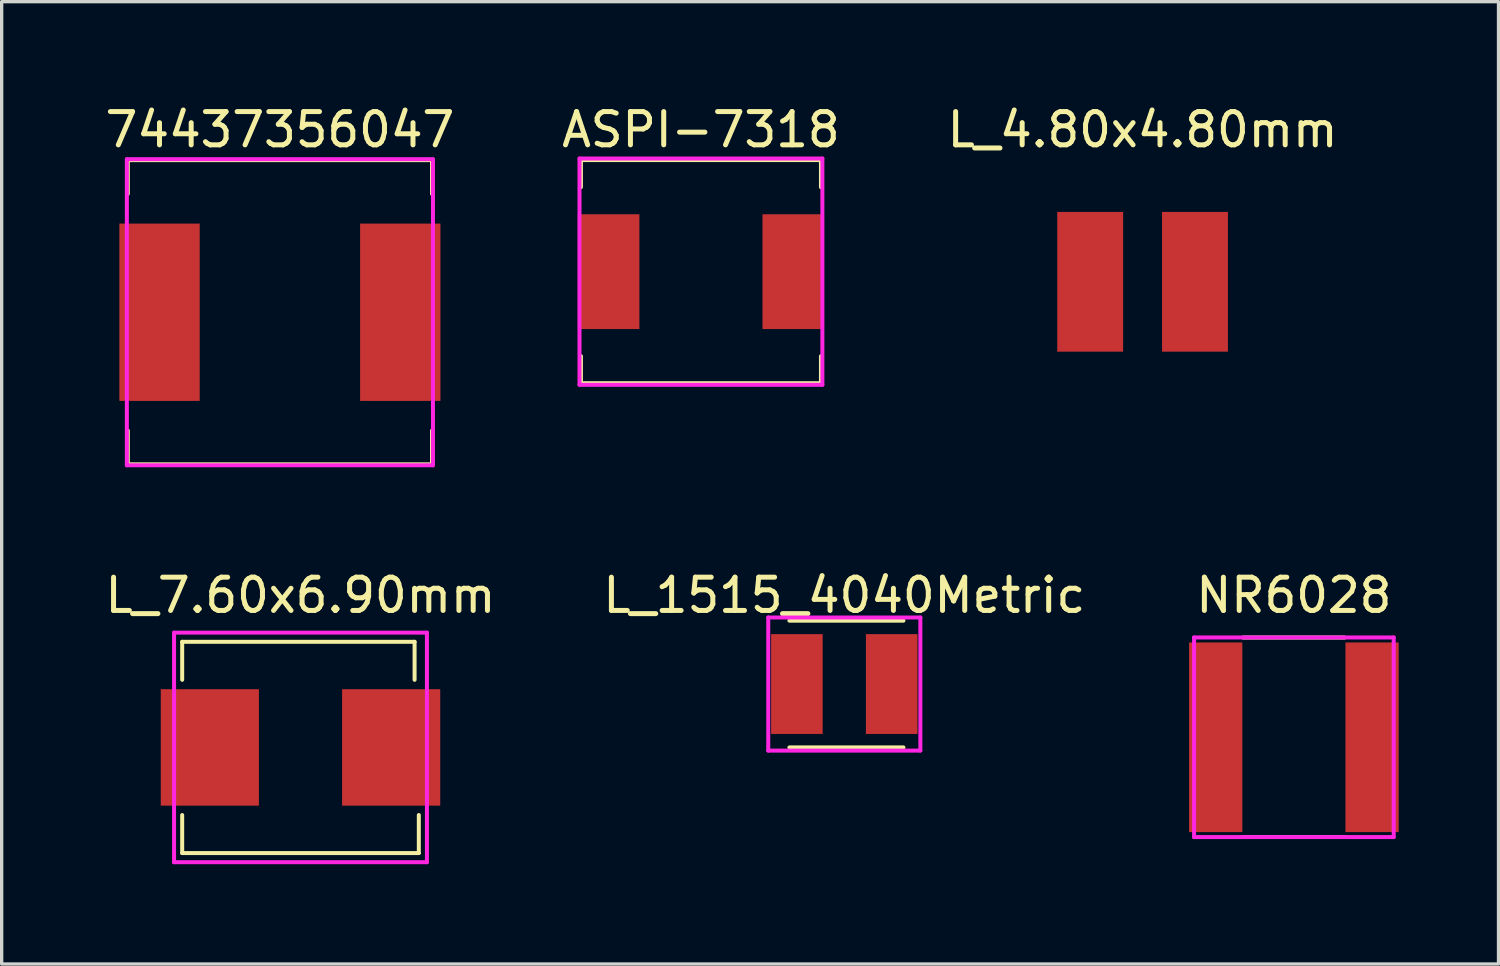
<source format=kicad_pcb>
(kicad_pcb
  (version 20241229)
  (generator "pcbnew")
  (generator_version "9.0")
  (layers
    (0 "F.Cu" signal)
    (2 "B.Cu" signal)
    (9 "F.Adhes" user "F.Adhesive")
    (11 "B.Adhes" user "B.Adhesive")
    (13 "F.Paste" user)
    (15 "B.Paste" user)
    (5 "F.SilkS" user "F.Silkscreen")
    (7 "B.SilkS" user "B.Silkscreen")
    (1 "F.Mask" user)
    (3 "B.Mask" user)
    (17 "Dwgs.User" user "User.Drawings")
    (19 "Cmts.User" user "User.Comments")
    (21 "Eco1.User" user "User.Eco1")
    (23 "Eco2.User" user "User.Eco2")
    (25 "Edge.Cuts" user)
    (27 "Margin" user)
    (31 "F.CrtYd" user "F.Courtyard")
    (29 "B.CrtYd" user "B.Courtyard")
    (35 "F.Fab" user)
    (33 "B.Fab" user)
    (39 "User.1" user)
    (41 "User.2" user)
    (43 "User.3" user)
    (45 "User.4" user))
  (footprint "L_1515_4040Metric"
    (layer "F.Cu")
    (at 22.327 17.51)
    (property "Reference" "L_1515_4040Metric" (at 0 -2.667 0) (layer "F.SilkS") (effects (font (size 1 1) (thickness 0.15))))
    (attr through_hole)
    (fp_line (start -1.651 -1.905) (end 1.778 -1.905) (stroke (width 0.12) (type solid)) (layer "F.SilkS"))
    (fp_line (start -1.651 1.905) (end 1.778 1.905) (stroke (width 0.12) (type solid)) (layer "F.SilkS"))
    (fp_line (start -2.286 -2) (end 2.286 -2) (stroke (width 0.12) (type solid)) (layer "F.CrtYd"))
    (fp_line (start -2.286 2) (end -2.286 -2) (stroke (width 0.12) (type solid)) (layer "F.CrtYd"))
    (fp_line (start -2.286 2) (end 2.286 2) (stroke (width 0.12) (type solid)) (layer "F.CrtYd"))
    (fp_line (start 2.286 2) (end 2.286 -2) (stroke (width 0.12) (type solid)) (layer "F.CrtYd"))
    (pad "1" smd rect (at -1.425 0) (size 1.55 3) (layers "F.Cu" "F.Mask" "F.Paste"))
    (pad "2" smd rect (at 1.425 0) (size 1.55 3) (layers "F.Cu" "F.Mask" "F.Paste")))
  (footprint "74437356047"
    (layer "F.Cu")
    (at 5.363 6.335)
    (property "Reference" "74437356047" (at 0 -5.486 0) (layer "F.SilkS") (effects (font (size 1 1) (thickness 0.15))))
    (attr smd)
    (fp_line (start -4.572 -4.572) (end 4.572 -4.572) (stroke (width 0.12) (type solid)) (layer "F.SilkS"))
    (fp_line (start -4.572 -3.556) (end -4.572 -4.572) (stroke (width 0.12) (type solid)) (layer "F.SilkS"))
    (fp_line (start -4.572 4.572) (end -4.572 3.556) (stroke (width 0.12) (type solid)) (layer "F.SilkS"))
    (fp_line (start -4.572 4.572) (end 4.572 4.572) (stroke (width 0.12) (type solid)) (layer "F.SilkS"))
    (fp_line (start 4.572 -4.572) (end 4.572 -3.556) (stroke (width 0.12) (type solid)) (layer "F.SilkS"))
    (fp_line (start 4.572 4.572) (end 4.572 3.556) (stroke (width 0.12) (type solid)) (layer "F.SilkS"))
    (fp_line (start -4.6 -4.6) (end -4.6 4.6) (stroke (width 0.12) (type solid)) (layer "F.CrtYd"))
    (fp_line (start -4.6 -4.6) (end 4.6 -4.6) (stroke (width 0.12) (type solid)) (layer "F.CrtYd"))
    (fp_line (start -4.6 4.6) (end 4.6 4.6) (stroke (width 0.12) (type solid)) (layer "F.CrtYd"))
    (fp_line (start 4.6 -4.6) (end 4.6 4.6) (stroke (width 0.12) (type solid)) (layer "F.CrtYd"))
    (pad "1" smd rect (at -3.618 0) (size 2.415 5.33) (layers "F.Cu" "F.Mask" "F.Paste"))
    (pad "2" smd rect (at 3.618 0) (size 2.415 5.33) (layers "F.Cu" "F.Mask" "F.Paste")))
  (footprint "NR6028"
    (layer "F.Cu")
    (at 35.84 19.11)
    (property "Reference" "NR6028" (at 0 -4.267 0) (layer "F.SilkS") (effects (font (size 1 1) (thickness 0.15))))
    (attr smd)
    (fp_line (start -1.524 -2.997) (end 1.524 -2.997) (stroke (width 0.12) (type solid)) (layer "F.SilkS"))
    (fp_line (start -1.524 2.997) (end 1.524 2.997) (stroke (width 0.12) (type solid)) (layer "F.SilkS"))
    (fp_line (start -3 -3) (end -3 3) (stroke (width 0.12) (type solid)) (layer "F.CrtYd"))
    (fp_line (start -3 -3) (end 3 -3) (stroke (width 0.12) (type solid)) (layer "F.CrtYd"))
    (fp_line (start -3 3) (end 3 3) (stroke (width 0.12) (type solid)) (layer "F.CrtYd"))
    (fp_line (start 3 3) (end 3 -3) (stroke (width 0.12) (type solid)) (layer "F.CrtYd"))
    (pad "1" smd rect (at -2.35 0) (size 1.6 5.7) (layers "F.Cu" "F.Mask" "F.Paste"))
    (pad "2" smd rect (at 2.35 0) (size 1.6 5.7) (layers "F.Cu" "F.Mask" "F.Paste")))
  (footprint "L_4.80x4.80mm"
    (layer "F.Cu")
    (at 31.292 5.42)
    (property "Reference" "L_4.80x4.80mm" (at 0 -4.572 0) (layer "F.SilkS") (effects (font (size 1 1) (thickness 0.15))))
    (attr through_hole)
    (pad "1" smd rect (at -1.575 0) (size 1.98 4.2) (layers "F.Cu" "F.Mask" "F.Paste"))
    (pad "2" smd rect (at 1.575 0) (size 1.98 4.2) (layers "F.Cu" "F.Mask" "F.Paste")))
  (footprint "L_7.60x6.90mm"
    (layer "F.Cu")
    (at 5.982 19.415)
    (property "Reference" "L_7.60x6.90mm" (at 0 -4.572 0) (layer "F.SilkS") (effects (font (size 1 1) (thickness 0.15))))
    (attr through_hole)
    (fp_line (start -3.556 -3.175) (end 3.429 -3.175) (stroke (width 0.12) (type solid)) (layer "F.SilkS"))
    (fp_line (start -3.556 -2.032) (end -3.556 -3.175) (stroke (width 0.12) (type solid)) (layer "F.SilkS"))
    (fp_line (start -3.556 2.032) (end -3.556 3.175) (stroke (width 0.12) (type solid)) (layer "F.SilkS"))
    (fp_line (start -3.556 3.175) (end 3.556 3.175) (stroke (width 0.12) (type solid)) (layer "F.SilkS"))
    (fp_line (start 3.429 -3.175) (end 3.429 -2.032) (stroke (width 0.12) (type solid)) (layer "F.SilkS"))
    (fp_line (start 3.556 3.175) (end 3.556 2.032) (stroke (width 0.12) (type solid)) (layer "F.SilkS"))
    (fp_line (start -3.8 -3.45) (end -3.8 3.45) (stroke (width 0.12) (type solid)) (layer "F.CrtYd"))
    (fp_line (start -3.8 -3.45) (end 3.8 -3.45) (stroke (width 0.12) (type solid)) (layer "F.CrtYd"))
    (fp_line (start -3.8 3.45) (end 3.8 3.45) (stroke (width 0.12) (type solid)) (layer "F.CrtYd"))
    (fp_line (start 3.8 -3.45) (end 3.8 3.45) (stroke (width 0.12) (type solid)) (layer "F.CrtYd"))
    (pad "1" smd rect (at -2.725 0) (size 2.95 3.5) (layers "F.Cu" "F.Mask" "F.Paste"))
    (pad "2" smd rect (at 2.725 0) (size 2.95 3.5) (layers "F.Cu" "F.Mask" "F.Paste")))
  (footprint "ASPI-7318"
    (layer "F.Cu")
    (at 18.018 5.115)
    (property "Reference" "ASPI-7318" (at 0 -4.267 0) (layer "F.SilkS") (effects (font (size 1 1) (thickness 0.15))))
    (attr through_hole)
    (fp_line (start -3.607 -3.353) (end 3.607 -3.353) (stroke (width 0.12) (type solid)) (layer "F.SilkS"))
    (fp_line (start -3.607 -2.54) (end -3.607 -3.353) (stroke (width 0.12) (type solid)) (layer "F.SilkS"))
    (fp_line (start -3.607 3.353) (end -3.607 2.54) (stroke (width 0.12) (type solid)) (layer "F.SilkS"))
    (fp_line (start -3.607 3.353) (end 3.607 3.353) (stroke (width 0.12) (type solid)) (layer "F.SilkS"))
    (fp_line (start 3.607 -3.353) (end 3.607 -2.54) (stroke (width 0.12) (type solid)) (layer "F.SilkS"))
    (fp_line (start 3.607 3.353) (end 3.607 2.54) (stroke (width 0.12) (type solid)) (layer "F.SilkS"))
    (fp_line (start -3.65 -3.4) (end -3.65 3.4) (stroke (width 0.12) (type solid)) (layer "F.CrtYd"))
    (fp_line (start -3.65 -3.4) (end 3.65 -3.4) (stroke (width 0.12) (type solid)) (layer "F.CrtYd"))
    (fp_line (start -3.65 3.4) (end 3.65 3.4) (stroke (width 0.12) (type solid)) (layer "F.CrtYd"))
    (fp_line (start 3.65 -3.4) (end 3.65 3.4) (stroke (width 0.12) (type solid)) (layer "F.CrtYd"))
    (pad "1" smd rect (at -2.775 0) (size 1.85 3.45) (layers "F.Cu" "F.Mask" "F.Paste"))
    (pad "2" smd rect (at 2.775 0) (size 1.85 3.45) (layers "F.Cu" "F.Mask" "F.Paste")))
  (gr_rect
    (start -3 -3)
    (end 41.99 25.925)
    (stroke (width 0.1) (type default))
    (fill no)
    (layer "Edge.Cuts")))
</source>
